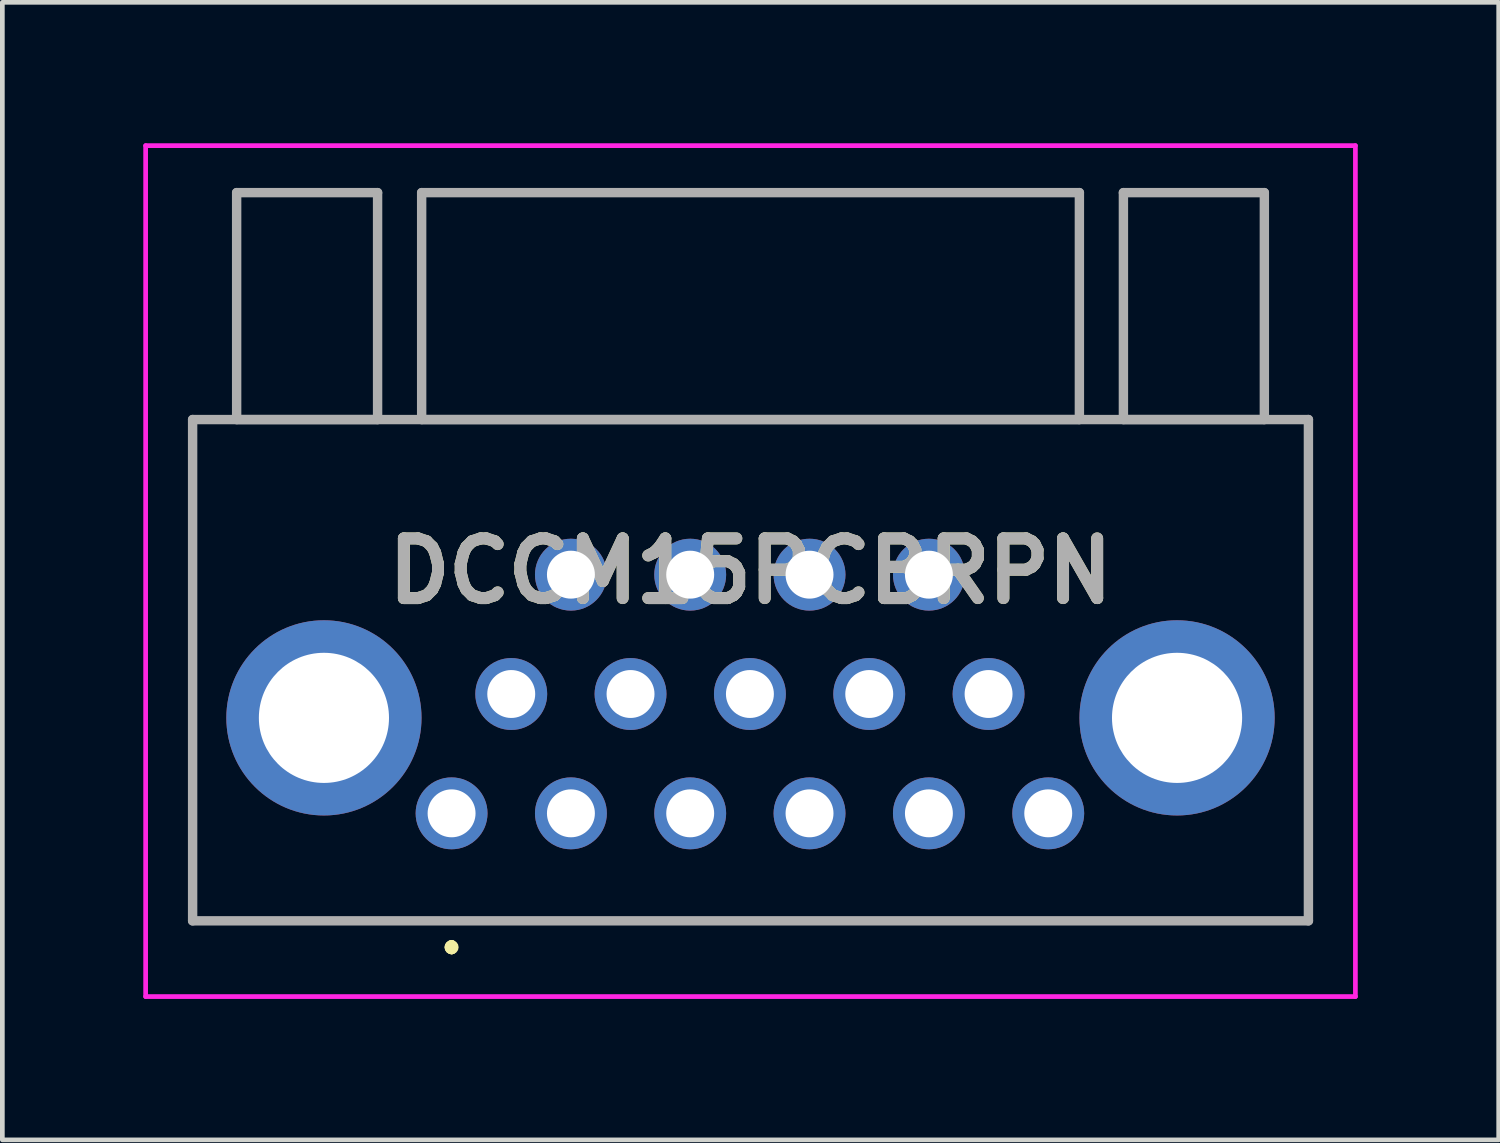
<source format=kicad_pcb>
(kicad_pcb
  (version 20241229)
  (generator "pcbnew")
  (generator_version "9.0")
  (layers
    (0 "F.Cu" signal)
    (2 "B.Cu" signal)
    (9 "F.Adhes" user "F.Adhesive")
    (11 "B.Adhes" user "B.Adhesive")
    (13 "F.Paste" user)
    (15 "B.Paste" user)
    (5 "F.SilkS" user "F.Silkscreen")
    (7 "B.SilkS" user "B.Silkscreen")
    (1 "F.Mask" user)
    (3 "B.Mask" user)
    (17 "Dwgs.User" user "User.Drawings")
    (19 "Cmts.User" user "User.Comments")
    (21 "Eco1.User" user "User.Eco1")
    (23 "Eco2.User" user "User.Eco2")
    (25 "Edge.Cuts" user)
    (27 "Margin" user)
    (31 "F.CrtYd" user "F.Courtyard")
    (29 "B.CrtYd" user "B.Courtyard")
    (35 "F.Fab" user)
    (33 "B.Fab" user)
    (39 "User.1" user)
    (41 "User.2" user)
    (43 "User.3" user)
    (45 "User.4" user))
  (footprint "DCCM15PCBRPN"
    (layer "F.Cu")
    (at 6.562 14.262)
    (property "Reference" "DCCM15PCBRPN" (at 6.363 -5.156 0) (layer "F.SilkS") (effects (font (size 1.27 1.27) (thickness 0.254))))
    (attr through_hole)
    (fp_line (start -5.512 -8.382) (end 18.238 -8.382) (stroke (width 0.1) (type solid)) (layer "F.SilkS"))
    (fp_line (start -5.512 2.288) (end -5.512 -8.382) (stroke (width 0.1) (type solid)) (layer "F.SilkS"))
    (fp_line (start 0 2.8) (end 0 2.8) (stroke (width 0.2) (type solid)) (layer "F.SilkS"))
    (fp_line (start 0 2.8) (end 0 2.8) (stroke (width 0.2) (type solid)) (layer "F.SilkS"))
    (fp_line (start 0 2.9) (end 0 2.9) (stroke (width 0.2) (type solid)) (layer "F.SilkS"))
    (fp_line (start 18.238 -8.382) (end 18.238 2.288) (stroke (width 0.1) (type solid)) (layer "F.SilkS"))
    (fp_line (start 18.238 2.288) (end -5.512 2.288) (stroke (width 0.1) (type solid)) (layer "F.SilkS"))
    (fp_arc (start 0 2.8) (mid 0.05 2.85) (end 0 2.9) (stroke (width 0.2) (type solid)) (layer "F.SilkS"))
    (fp_arc (start 0 2.9) (mid -0.05 2.85) (end 0 2.8) (stroke (width 0.2) (type solid)) (layer "F.SilkS"))
    (fp_arc (start 0 2.9) (mid -0.05 2.85) (end 0 2.8) (stroke (width 0.2) (type solid)) (layer "F.SilkS"))
    (fp_line (start -6.512 -14.212) (end 19.238 -14.212) (stroke (width 0.1) (type solid)) (layer "F.CrtYd"))
    (fp_line (start -6.512 3.9) (end -6.512 -14.212) (stroke (width 0.1) (type solid)) (layer "F.CrtYd"))
    (fp_line (start 19.238 -14.212) (end 19.238 3.9) (stroke (width 0.1) (type solid)) (layer "F.CrtYd"))
    (fp_line (start 19.238 3.9) (end -6.512 3.9) (stroke (width 0.1) (type solid)) (layer "F.CrtYd"))
    (fp_line (start -5.512 -8.382) (end -5.512 2.288) (stroke (width 0.2) (type solid)) (layer "F.Fab"))
    (fp_line (start -5.512 2.288) (end 18.238 2.288) (stroke (width 0.2) (type solid)) (layer "F.Fab"))
    (fp_line (start -4.575 -13.212) (end -4.575 -8.382) (stroke (width 0.2) (type solid)) (layer "F.Fab"))
    (fp_line (start -4.575 -8.382) (end -1.575 -8.382) (stroke (width 0.2) (type solid)) (layer "F.Fab"))
    (fp_line (start -1.575 -13.212) (end -4.575 -13.212) (stroke (width 0.2) (type solid)) (layer "F.Fab"))
    (fp_line (start -1.575 -8.382) (end -1.575 -13.212) (stroke (width 0.2) (type solid)) (layer "F.Fab"))
    (fp_line (start -0.637 -13.212) (end -0.637 -8.382) (stroke (width 0.2) (type solid)) (layer "F.Fab"))
    (fp_line (start -0.637 -8.382) (end 13.363 -8.382) (stroke (width 0.2) (type solid)) (layer "F.Fab"))
    (fp_line (start 13.363 -13.212) (end -0.637 -13.212) (stroke (width 0.2) (type solid)) (layer "F.Fab"))
    (fp_line (start 13.363 -8.382) (end 13.363 -13.212) (stroke (width 0.2) (type solid)) (layer "F.Fab"))
    (fp_line (start 14.3 -13.212) (end 14.3 -8.382) (stroke (width 0.2) (type solid)) (layer "F.Fab"))
    (fp_line (start 14.3 -8.382) (end 17.3 -8.382) (stroke (width 0.2) (type solid)) (layer "F.Fab"))
    (fp_line (start 17.3 -13.212) (end 14.3 -13.212) (stroke (width 0.2) (type solid)) (layer "F.Fab"))
    (fp_line (start 17.3 -8.382) (end 17.3 -13.212) (stroke (width 0.2) (type solid)) (layer "F.Fab"))
    (fp_line (start 18.238 -8.382) (end -5.512 -8.382) (stroke (width 0.2) (type solid)) (layer "F.Fab"))
    (fp_line (start 18.238 2.288) (end 18.238 -8.382) (stroke (width 0.2) (type solid)) (layer "F.Fab"))
    (fp_text user "${REFERENCE}" (at 6.363 -5.156 0) (layer "F.Fab") (effects (font (size 1.27 1.27) (thickness 0.254))))
    (pad "1" thru_hole circle (at 0 0) (size 1.53 1.53) (drill 1.02) (layers "*.Cu" "*.Mask"))
    (pad "2" thru_hole circle (at 2.54 0) (size 1.53 1.53) (drill 1.02) (layers "*.Cu" "*.Mask"))
    (pad "3" thru_hole circle (at 5.079 0) (size 1.53 1.53) (drill 1.02) (layers "*.Cu" "*.Mask"))
    (pad "4" thru_hole circle (at 7.619 0) (size 1.53 1.53) (drill 1.02) (layers "*.Cu" "*.Mask"))
    (pad "5" thru_hole circle (at 10.16 0) (size 1.53 1.53) (drill 1.02) (layers "*.Cu" "*.Mask"))
    (pad "6" thru_hole circle (at 12.7 0) (size 1.53 1.53) (drill 1.02) (layers "*.Cu" "*.Mask"))
    (pad "7" thru_hole circle (at 1.27 -2.54) (size 1.53 1.53) (drill 1.02) (layers "*.Cu" "*.Mask"))
    (pad "8" thru_hole circle (at 3.809 -2.54) (size 1.53 1.53) (drill 1.02) (layers "*.Cu" "*.Mask"))
    (pad "9" thru_hole circle (at 6.35 -2.54) (size 1.53 1.53) (drill 1.02) (layers "*.Cu" "*.Mask"))
    (pad "10" thru_hole circle (at 8.89 -2.54) (size 1.53 1.53) (drill 1.02) (layers "*.Cu" "*.Mask"))
    (pad "11" thru_hole circle (at 11.43 -2.54) (size 1.53 1.53) (drill 1.02) (layers "*.Cu" "*.Mask"))
    (pad "12" thru_hole circle (at 2.54 -5.08) (size 1.53 1.53) (drill 1.02) (layers "*.Cu" "*.Mask"))
    (pad "13" thru_hole circle (at 5.079 -5.08) (size 1.53 1.53) (drill 1.02) (layers "*.Cu" "*.Mask"))
    (pad "14" thru_hole circle (at 7.619 -5.08) (size 1.53 1.53) (drill 1.02) (layers "*.Cu" "*.Mask"))
    (pad "15" thru_hole circle (at 10.16 -5.08) (size 1.53 1.53) (drill 1.02) (layers "*.Cu" "*.Mask"))
    (pad "MH1" thru_hole circle (at -2.717 -2.032) (size 4.155 4.155) (drill 2.77) (layers "*.Cu" "*.Mask"))
    (pad "MH2" thru_hole circle (at 15.442 -2.032) (size 4.155 4.155) (drill 2.77) (layers "*.Cu" "*.Mask")))
  (gr_rect
    (start -3 -3)
    (end 28.85 21.212)
    (stroke (width 0.1) (type default))
    (fill no)
    (layer "Edge.Cuts")))
</source>
